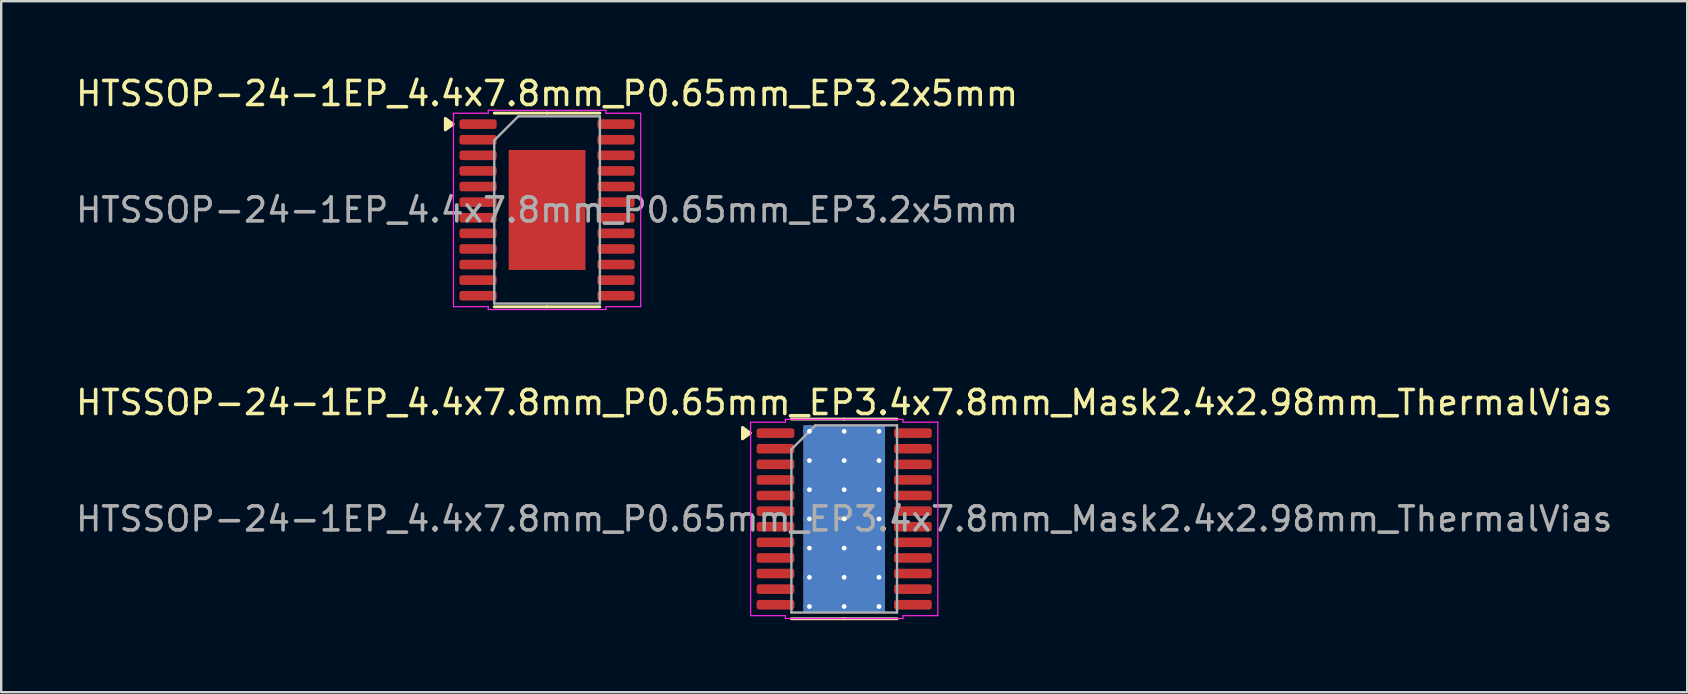
<source format=kicad_pcb>
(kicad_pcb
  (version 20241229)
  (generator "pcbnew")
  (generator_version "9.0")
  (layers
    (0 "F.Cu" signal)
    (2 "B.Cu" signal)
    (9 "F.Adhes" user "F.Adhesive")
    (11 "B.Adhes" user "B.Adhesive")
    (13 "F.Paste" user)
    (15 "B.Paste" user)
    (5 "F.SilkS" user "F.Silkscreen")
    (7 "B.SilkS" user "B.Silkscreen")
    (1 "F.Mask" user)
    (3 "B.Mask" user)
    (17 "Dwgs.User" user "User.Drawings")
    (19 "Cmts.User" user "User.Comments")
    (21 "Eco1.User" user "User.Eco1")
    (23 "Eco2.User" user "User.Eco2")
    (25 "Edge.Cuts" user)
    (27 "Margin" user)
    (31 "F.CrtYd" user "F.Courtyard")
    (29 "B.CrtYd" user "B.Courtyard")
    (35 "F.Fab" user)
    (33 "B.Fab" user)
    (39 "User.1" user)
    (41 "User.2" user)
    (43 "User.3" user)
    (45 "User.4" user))
  (footprint "HTSSOP-24-1EP_4.4x7.8mm_P0.65mm_EP3.2x5mm"
    (layer "F.Cu")
    (at 19.744 5.698)
    (property "Reference" "HTSSOP-24-1EP_4.4x7.8mm_P0.65mm_EP3.2x5mm" (at 0 -4.85 0) (layer "F.SilkS") (effects (font (size 1 1) (thickness 0.15))))
    (attr smd)
    (fp_line (start 0 -4.035) (end -2.2 -4.035) (stroke (width 0.12) (type solid)) (layer "F.SilkS"))
    (fp_line (start 0 -4.035) (end 2.2 -4.035) (stroke (width 0.12) (type solid)) (layer "F.SilkS"))
    (fp_line (start 0 4.035) (end -2.2 4.035) (stroke (width 0.12) (type solid)) (layer "F.SilkS"))
    (fp_line (start 0 4.035) (end 2.2 4.035) (stroke (width 0.12) (type solid)) (layer "F.SilkS"))
    (fp_poly (pts (xy -3.91 -3.575) (xy -4.24 -3.335) (xy -4.24 -3.815)) (stroke (width 0.12) (type solid)) (fill yes) (layer "F.SilkS"))
    (fp_line (start -3.9 -4.03) (end -2.45 -4.03) (stroke (width 0.05) (type solid)) (layer "F.CrtYd"))
    (fp_line (start -3.9 4.03) (end -3.9 -4.03) (stroke (width 0.05) (type solid)) (layer "F.CrtYd"))
    (fp_line (start -2.45 -4.15) (end 2.45 -4.15) (stroke (width 0.05) (type solid)) (layer "F.CrtYd"))
    (fp_line (start -2.45 -4.03) (end -2.45 -4.15) (stroke (width 0.05) (type solid)) (layer "F.CrtYd"))
    (fp_line (start -2.45 4.03) (end -3.9 4.03) (stroke (width 0.05) (type solid)) (layer "F.CrtYd"))
    (fp_line (start -2.45 4.15) (end -2.45 4.03) (stroke (width 0.05) (type solid)) (layer "F.CrtYd"))
    (fp_line (start 2.45 -4.15) (end 2.45 -4.03) (stroke (width 0.05) (type solid)) (layer "F.CrtYd"))
    (fp_line (start 2.45 -4.03) (end 3.9 -4.03) (stroke (width 0.05) (type solid)) (layer "F.CrtYd"))
    (fp_line (start 2.45 4.03) (end 2.45 4.15) (stroke (width 0.05) (type solid)) (layer "F.CrtYd"))
    (fp_line (start 2.45 4.15) (end -2.45 4.15) (stroke (width 0.05) (type solid)) (layer "F.CrtYd"))
    (fp_line (start 3.9 -4.03) (end 3.9 4.03) (stroke (width 0.05) (type solid)) (layer "F.CrtYd"))
    (fp_line (start 3.9 4.03) (end 2.45 4.03) (stroke (width 0.05) (type solid)) (layer "F.CrtYd"))
    (fp_line (start -2.2 -2.9) (end -1.2 -3.9) (stroke (width 0.1) (type solid)) (layer "F.Fab"))
    (fp_line (start -2.2 3.9) (end -2.2 -2.9) (stroke (width 0.1) (type solid)) (layer "F.Fab"))
    (fp_line (start -1.2 -3.9) (end 2.2 -3.9) (stroke (width 0.1) (type solid)) (layer "F.Fab"))
    (fp_line (start 2.2 -3.9) (end 2.2 3.9) (stroke (width 0.1) (type solid)) (layer "F.Fab"))
    (fp_line (start 2.2 3.9) (end -2.2 3.9) (stroke (width 0.1) (type solid)) (layer "F.Fab"))
    (fp_text user "${REFERENCE}" (at 0 0 0) (layer "F.Fab") (effects (font (size 1 1) (thickness 0.15))))
    (pad "" smd roundrect (at -0.8 -1.67) (size 1.29 1.34) (layers "F.Paste") (roundrect_rratio 0.194))
    (pad "" smd roundrect (at -0.8 0) (size 1.29 1.34) (layers "F.Paste") (roundrect_rratio 0.194))
    (pad "" smd roundrect (at -0.8 1.67) (size 1.29 1.34) (layers "F.Paste") (roundrect_rratio 0.194))
    (pad "" smd roundrect (at 0.8 -1.67) (size 1.29 1.34) (layers "F.Paste") (roundrect_rratio 0.194))
    (pad "" smd roundrect (at 0.8 0) (size 1.29 1.34) (layers "F.Paste") (roundrect_rratio 0.194))
    (pad "" smd roundrect (at 0.8 1.67) (size 1.29 1.34) (layers "F.Paste") (roundrect_rratio 0.194))
    (pad "1" smd roundrect (at -2.875 -3.575) (size 1.55 0.4) (layers "F.Cu" "F.Mask" "F.Paste") (roundrect_rratio 0.25))
    (pad "2" smd roundrect (at -2.875 -2.925) (size 1.55 0.4) (layers "F.Cu" "F.Mask" "F.Paste") (roundrect_rratio 0.25))
    (pad "3" smd roundrect (at -2.875 -2.275) (size 1.55 0.4) (layers "F.Cu" "F.Mask" "F.Paste") (roundrect_rratio 0.25))
    (pad "4" smd roundrect (at -2.875 -1.625) (size 1.55 0.4) (layers "F.Cu" "F.Mask" "F.Paste") (roundrect_rratio 0.25))
    (pad "5" smd roundrect (at -2.875 -0.975) (size 1.55 0.4) (layers "F.Cu" "F.Mask" "F.Paste") (roundrect_rratio 0.25))
    (pad "6" smd roundrect (at -2.875 -0.325) (size 1.55 0.4) (layers "F.Cu" "F.Mask" "F.Paste") (roundrect_rratio 0.25))
    (pad "7" smd roundrect (at -2.875 0.325) (size 1.55 0.4) (layers "F.Cu" "F.Mask" "F.Paste") (roundrect_rratio 0.25))
    (pad "8" smd roundrect (at -2.875 0.975) (size 1.55 0.4) (layers "F.Cu" "F.Mask" "F.Paste") (roundrect_rratio 0.25))
    (pad "9" smd roundrect (at -2.875 1.625) (size 1.55 0.4) (layers "F.Cu" "F.Mask" "F.Paste") (roundrect_rratio 0.25))
    (pad "10" smd roundrect (at -2.875 2.275) (size 1.55 0.4) (layers "F.Cu" "F.Mask" "F.Paste") (roundrect_rratio 0.25))
    (pad "11" smd roundrect (at -2.875 2.925) (size 1.55 0.4) (layers "F.Cu" "F.Mask" "F.Paste") (roundrect_rratio 0.25))
    (pad "12" smd roundrect (at -2.875 3.575) (size 1.55 0.4) (layers "F.Cu" "F.Mask" "F.Paste") (roundrect_rratio 0.25))
    (pad "13" smd roundrect (at 2.875 3.575) (size 1.55 0.4) (layers "F.Cu" "F.Mask" "F.Paste") (roundrect_rratio 0.25))
    (pad "14" smd roundrect (at 2.875 2.925) (size 1.55 0.4) (layers "F.Cu" "F.Mask" "F.Paste") (roundrect_rratio 0.25))
    (pad "15" smd roundrect (at 2.875 2.275) (size 1.55 0.4) (layers "F.Cu" "F.Mask" "F.Paste") (roundrect_rratio 0.25))
    (pad "16" smd roundrect (at 2.875 1.625) (size 1.55 0.4) (layers "F.Cu" "F.Mask" "F.Paste") (roundrect_rratio 0.25))
    (pad "17" smd roundrect (at 2.875 0.975) (size 1.55 0.4) (layers "F.Cu" "F.Mask" "F.Paste") (roundrect_rratio 0.25))
    (pad "18" smd roundrect (at 2.875 0.325) (size 1.55 0.4) (layers "F.Cu" "F.Mask" "F.Paste") (roundrect_rratio 0.25))
    (pad "19" smd roundrect (at 2.875 -0.325) (size 1.55 0.4) (layers "F.Cu" "F.Mask" "F.Paste") (roundrect_rratio 0.25))
    (pad "20" smd roundrect (at 2.875 -0.975) (size 1.55 0.4) (layers "F.Cu" "F.Mask" "F.Paste") (roundrect_rratio 0.25))
    (pad "21" smd roundrect (at 2.875 -1.625) (size 1.55 0.4) (layers "F.Cu" "F.Mask" "F.Paste") (roundrect_rratio 0.25))
    (pad "22" smd roundrect (at 2.875 -2.275) (size 1.55 0.4) (layers "F.Cu" "F.Mask" "F.Paste") (roundrect_rratio 0.25))
    (pad "23" smd roundrect (at 2.875 -2.925) (size 1.55 0.4) (layers "F.Cu" "F.Mask" "F.Paste") (roundrect_rratio 0.25))
    (pad "24" smd roundrect (at 2.875 -3.575) (size 1.55 0.4) (layers "F.Cu" "F.Mask" "F.Paste") (roundrect_rratio 0.25))
    (pad "25" smd rect (at 0 0) (size 3.2 5) (property pad_prop_heatsink) (layers "F.Cu" "F.Mask")))
  (footprint "HTSSOP-24-1EP_4.4x7.8mm_P0.65mm_EP3.4x7.8mm_Mask2.4x2.98mm_ThermalVias"
    (layer "F.Cu")
    (at 32.125 18.572)
    (property "Reference" "HTSSOP-24-1EP_4.4x7.8mm_P0.65mm_EP3.4x7.8mm_Mask2.4x2.98mm_ThermalVias" (at 0 -4.85 0) (layer "F.SilkS") (effects (font (size 1 1) (thickness 0.15))))
    (attr smd)
    (fp_line (start 0 -4.16) (end -2.2 -4.16) (stroke (width 0.12) (type solid)) (layer "F.SilkS"))
    (fp_line (start 0 -4.16) (end 2.2 -4.16) (stroke (width 0.12) (type solid)) (layer "F.SilkS"))
    (fp_line (start 0 4.16) (end -2.2 4.16) (stroke (width 0.12) (type solid)) (layer "F.SilkS"))
    (fp_line (start 0 4.16) (end 2.2 4.16) (stroke (width 0.12) (type solid)) (layer "F.SilkS"))
    (fp_poly (pts (xy -3.91 -3.575) (xy -4.24 -3.335) (xy -4.24 -3.815)) (stroke (width 0.12) (type solid)) (fill yes) (layer "F.SilkS"))
    (fp_line (start -3.9 -4.03) (end -2.45 -4.03) (stroke (width 0.05) (type solid)) (layer "F.CrtYd"))
    (fp_line (start -3.9 4.03) (end -3.9 -4.03) (stroke (width 0.05) (type solid)) (layer "F.CrtYd"))
    (fp_line (start -2.45 -4.15) (end 2.45 -4.15) (stroke (width 0.05) (type solid)) (layer "F.CrtYd"))
    (fp_line (start -2.45 -4.03) (end -2.45 -4.15) (stroke (width 0.05) (type solid)) (layer "F.CrtYd"))
    (fp_line (start -2.45 4.03) (end -3.9 4.03) (stroke (width 0.05) (type solid)) (layer "F.CrtYd"))
    (fp_line (start -2.45 4.15) (end -2.45 4.03) (stroke (width 0.05) (type solid)) (layer "F.CrtYd"))
    (fp_line (start 2.45 -4.15) (end 2.45 -4.03) (stroke (width 0.05) (type solid)) (layer "F.CrtYd"))
    (fp_line (start 2.45 -4.03) (end 3.9 -4.03) (stroke (width 0.05) (type solid)) (layer "F.CrtYd"))
    (fp_line (start 2.45 4.03) (end 2.45 4.15) (stroke (width 0.05) (type solid)) (layer "F.CrtYd"))
    (fp_line (start 2.45 4.15) (end -2.45 4.15) (stroke (width 0.05) (type solid)) (layer "F.CrtYd"))
    (fp_line (start 3.9 -4.03) (end 3.9 4.03) (stroke (width 0.05) (type solid)) (layer "F.CrtYd"))
    (fp_line (start 3.9 4.03) (end 2.45 4.03) (stroke (width 0.05) (type solid)) (layer "F.CrtYd"))
    (fp_line (start -2.2 -2.9) (end -1.2 -3.9) (stroke (width 0.1) (type solid)) (layer "F.Fab"))
    (fp_line (start -2.2 3.9) (end -2.2 -2.9) (stroke (width 0.1) (type solid)) (layer "F.Fab"))
    (fp_line (start -1.2 -3.9) (end 2.2 -3.9) (stroke (width 0.1) (type solid)) (layer "F.Fab"))
    (fp_line (start 2.2 -3.9) (end 2.2 3.9) (stroke (width 0.1) (type solid)) (layer "F.Fab"))
    (fp_line (start 2.2 3.9) (end -2.2 3.9) (stroke (width 0.1) (type solid)) (layer "F.Fab"))
    (fp_text user "${REFERENCE}" (at 0 0 0) (layer "F.Fab") (effects (font (size 1 1) (thickness 0.15))))
    (pad "" smd roundrect (at 0 0) (size 1.93 2.4) (layers "F.Paste") (roundrect_rratio 0.13))
    (pad "" smd rect (at 0 0) (size 2.4 2.98) (layers "F.Mask"))
    (pad "1" smd roundrect (at -2.862 -3.575) (size 1.575 0.4) (layers "F.Cu" "F.Mask" "F.Paste") (roundrect_rratio 0.25))
    (pad "2" smd roundrect (at -2.862 -2.925) (size 1.575 0.4) (layers "F.Cu" "F.Mask" "F.Paste") (roundrect_rratio 0.25))
    (pad "3" smd roundrect (at -2.862 -2.275) (size 1.575 0.4) (layers "F.Cu" "F.Mask" "F.Paste") (roundrect_rratio 0.25))
    (pad "4" smd roundrect (at -2.862 -1.625) (size 1.575 0.4) (layers "F.Cu" "F.Mask" "F.Paste") (roundrect_rratio 0.25))
    (pad "5" smd roundrect (at -2.862 -0.975) (size 1.575 0.4) (layers "F.Cu" "F.Mask" "F.Paste") (roundrect_rratio 0.25))
    (pad "6" smd roundrect (at -2.862 -0.325) (size 1.575 0.4) (layers "F.Cu" "F.Mask" "F.Paste") (roundrect_rratio 0.25))
    (pad "7" smd roundrect (at -2.862 0.325) (size 1.575 0.4) (layers "F.Cu" "F.Mask" "F.Paste") (roundrect_rratio 0.25))
    (pad "8" smd roundrect (at -2.862 0.975) (size 1.575 0.4) (layers "F.Cu" "F.Mask" "F.Paste") (roundrect_rratio 0.25))
    (pad "9" smd roundrect (at -2.862 1.625) (size 1.575 0.4) (layers "F.Cu" "F.Mask" "F.Paste") (roundrect_rratio 0.25))
    (pad "10" smd roundrect (at -2.862 2.275) (size 1.575 0.4) (layers "F.Cu" "F.Mask" "F.Paste") (roundrect_rratio 0.25))
    (pad "11" smd roundrect (at -2.862 2.925) (size 1.575 0.4) (layers "F.Cu" "F.Mask" "F.Paste") (roundrect_rratio 0.25))
    (pad "12" smd roundrect (at -2.862 3.575) (size 1.575 0.4) (layers "F.Cu" "F.Mask" "F.Paste") (roundrect_rratio 0.25))
    (pad "13" smd roundrect (at 2.862 3.575) (size 1.575 0.4) (layers "F.Cu" "F.Mask" "F.Paste") (roundrect_rratio 0.25))
    (pad "14" smd roundrect (at 2.862 2.925) (size 1.575 0.4) (layers "F.Cu" "F.Mask" "F.Paste") (roundrect_rratio 0.25))
    (pad "15" smd roundrect (at 2.862 2.275) (size 1.575 0.4) (layers "F.Cu" "F.Mask" "F.Paste") (roundrect_rratio 0.25))
    (pad "16" smd roundrect (at 2.862 1.625) (size 1.575 0.4) (layers "F.Cu" "F.Mask" "F.Paste") (roundrect_rratio 0.25))
    (pad "17" smd roundrect (at 2.862 0.975) (size 1.575 0.4) (layers "F.Cu" "F.Mask" "F.Paste") (roundrect_rratio 0.25))
    (pad "18" smd roundrect (at 2.862 0.325) (size 1.575 0.4) (layers "F.Cu" "F.Mask" "F.Paste") (roundrect_rratio 0.25))
    (pad "19" smd roundrect (at 2.862 -0.325) (size 1.575 0.4) (layers "F.Cu" "F.Mask" "F.Paste") (roundrect_rratio 0.25))
    (pad "20" smd roundrect (at 2.862 -0.975) (size 1.575 0.4) (layers "F.Cu" "F.Mask" "F.Paste") (roundrect_rratio 0.25))
    (pad "21" smd roundrect (at 2.862 -1.625) (size 1.575 0.4) (layers "F.Cu" "F.Mask" "F.Paste") (roundrect_rratio 0.25))
    (pad "22" smd roundrect (at 2.862 -2.275) (size 1.575 0.4) (layers "F.Cu" "F.Mask" "F.Paste") (roundrect_rratio 0.25))
    (pad "23" smd roundrect (at 2.862 -2.925) (size 1.575 0.4) (layers "F.Cu" "F.Mask" "F.Paste") (roundrect_rratio 0.25))
    (pad "24" smd roundrect (at 2.862 -3.575) (size 1.575 0.4) (layers "F.Cu" "F.Mask" "F.Paste") (roundrect_rratio 0.25))
    (pad "25" thru_hole circle (at -1.45 -3.65) (size 0.5 0.5) (drill 0.2) (property pad_prop_heatsink) (layers "*.Cu"))
    (pad "25" thru_hole circle (at -1.45 -2.433) (size 0.5 0.5) (drill 0.2) (property pad_prop_heatsink) (layers "*.Cu"))
    (pad "25" thru_hole circle (at -1.45 -1.217) (size 0.5 0.5) (drill 0.2) (property pad_prop_heatsink) (layers "*.Cu"))
    (pad "25" thru_hole circle (at -1.45 0) (size 0.5 0.5) (drill 0.2) (property pad_prop_heatsink) (layers "*.Cu"))
    (pad "25" thru_hole circle (at -1.45 1.217) (size 0.5 0.5) (drill 0.2) (property pad_prop_heatsink) (layers "*.Cu"))
    (pad "25" thru_hole circle (at -1.45 2.433) (size 0.5 0.5) (drill 0.2) (property pad_prop_heatsink) (layers "*.Cu"))
    (pad "25" thru_hole circle (at -1.45 3.65) (size 0.5 0.5) (drill 0.2) (property pad_prop_heatsink) (layers "*.Cu"))
    (pad "25" thru_hole circle (at 0 -3.65) (size 0.5 0.5) (drill 0.2) (property pad_prop_heatsink) (layers "*.Cu"))
    (pad "25" thru_hole circle (at 0 -2.433) (size 0.5 0.5) (drill 0.2) (property pad_prop_heatsink) (layers "*.Cu"))
    (pad "25" thru_hole circle (at 0 -1.217) (size 0.5 0.5) (drill 0.2) (property pad_prop_heatsink) (layers "*.Cu"))
    (pad "25" thru_hole circle (at 0 0) (size 0.5 0.5) (drill 0.2) (property pad_prop_heatsink) (layers "*.Cu"))
    (pad "25" smd rect (at 0 0) (size 3.4 7.8) (property pad_prop_heatsink) (layers "F.Cu"))
    (pad "25" smd rect (at 0 0) (size 3.4 7.8) (property pad_prop_heatsink) (layers "B.Cu"))
    (pad "25" thru_hole circle (at 0 1.217) (size 0.5 0.5) (drill 0.2) (property pad_prop_heatsink) (layers "*.Cu"))
    (pad "25" thru_hole circle (at 0 2.433) (size 0.5 0.5) (drill 0.2) (property pad_prop_heatsink) (layers "*.Cu"))
    (pad "25" thru_hole circle (at 0 3.65) (size 0.5 0.5) (drill 0.2) (property pad_prop_heatsink) (layers "*.Cu"))
    (pad "25" thru_hole circle (at 1.45 -3.65) (size 0.5 0.5) (drill 0.2) (property pad_prop_heatsink) (layers "*.Cu"))
    (pad "25" thru_hole circle (at 1.45 -2.433) (size 0.5 0.5) (drill 0.2) (property pad_prop_heatsink) (layers "*.Cu"))
    (pad "25" thru_hole circle (at 1.45 -1.217) (size 0.5 0.5) (drill 0.2) (property pad_prop_heatsink) (layers "*.Cu"))
    (pad "25" thru_hole circle (at 1.45 0) (size 0.5 0.5) (drill 0.2) (property pad_prop_heatsink) (layers "*.Cu"))
    (pad "25" thru_hole circle (at 1.45 1.217) (size 0.5 0.5) (drill 0.2) (property pad_prop_heatsink) (layers "*.Cu"))
    (pad "25" thru_hole circle (at 1.45 2.433) (size 0.5 0.5) (drill 0.2) (property pad_prop_heatsink) (layers "*.Cu"))
    (pad "25" thru_hole circle (at 1.45 3.65) (size 0.5 0.5) (drill 0.2) (property pad_prop_heatsink) (layers "*.Cu")))
  (gr_rect
    (start -3 -3)
    (end 67.25 25.791)
    (stroke (width 0.1) (type default))
    (fill no)
    (layer "Edge.Cuts")))
</source>
